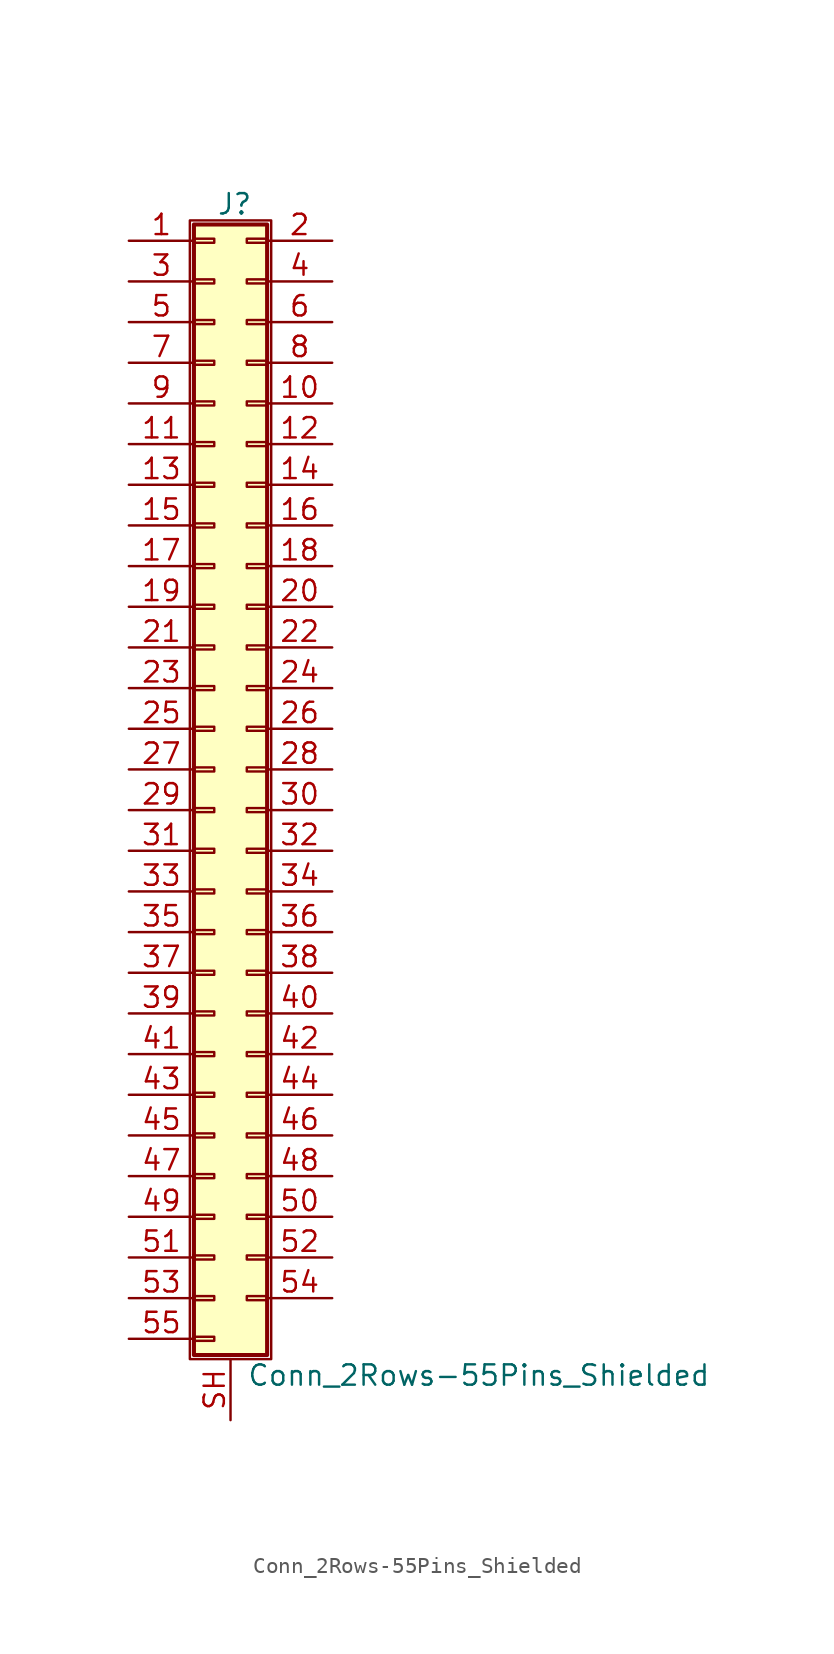
<source format=kicad_sym>
(kicad_symbol_lib
  (version 20211014)
  (generator kicad_symbol_editor)
  (symbol "Conn_2Rows-55Pins_Shielded"
    (pin_names
      (offset 1.016) hide)
    (property "Reference" "J"
      (at 1.524 35.306 0)
      (effects (font (size 1.27 1.27))))
    (property "Value" "Conn_2Rows-55Pins_Shielded"
      (at 2.286 -37.846 0)
      (effects (font (size 1.27 1.27)) (justify left)))
    (symbol "Conn_2Rows-55Pins_Shielded_1_1"
      (rectangle (start -1.27 34.29) (end 3.81 -36.83) (stroke (width 0.152) (type default) (color 0 0 0 0)) (fill (type none)))
      (rectangle (start -1.016 -35.433) (end 0.254 -35.687) (stroke (width 0.152) (type default) (color 0 0 0 0)) (fill (type none)))
      (rectangle (start -1.016 -32.893) (end 0.254 -33.147) (stroke (width 0.152) (type default) (color 0 0 0 0)) (fill (type none)))
      (rectangle (start -1.016 -30.353) (end 0.254 -30.607) (stroke (width 0.152) (type default) (color 0 0 0 0)) (fill (type none)))
      (rectangle (start -1.016 -27.813) (end 0.254 -28.067) (stroke (width 0.152) (type default) (color 0 0 0 0)) (fill (type none)))
      (rectangle (start -1.016 -25.273) (end 0.254 -25.527) (stroke (width 0.152) (type default) (color 0 0 0 0)) (fill (type none)))
      (rectangle (start -1.016 -22.733) (end 0.254 -22.987) (stroke (width 0.152) (type default) (color 0 0 0 0)) (fill (type none)))
      (rectangle (start -1.016 -20.193) (end 0.254 -20.447) (stroke (width 0.152) (type default) (color 0 0 0 0)) (fill (type none)))
      (rectangle (start -1.016 -17.653) (end 0.254 -17.907) (stroke (width 0.152) (type default) (color 0 0 0 0)) (fill (type none)))
      (rectangle (start -1.016 -15.113) (end 0.254 -15.367) (stroke (width 0.152) (type default) (color 0 0 0 0)) (fill (type none)))
      (rectangle (start -1.016 -12.573) (end 0.254 -12.827) (stroke (width 0.152) (type default) (color 0 0 0 0)) (fill (type none)))
      (rectangle (start -1.016 -10.033) (end 0.254 -10.287) (stroke (width 0.152) (type default) (color 0 0 0 0)) (fill (type none)))
      (rectangle (start -1.016 -7.493) (end 0.254 -7.747) (stroke (width 0.152) (type default) (color 0 0 0 0)) (fill (type none)))
      (rectangle (start -1.016 -4.953) (end 0.254 -5.207) (stroke (width 0.152) (type default) (color 0 0 0 0)) (fill (type none)))
      (rectangle (start -1.016 -2.413) (end 0.254 -2.667) (stroke (width 0.152) (type default) (color 0 0 0 0)) (fill (type none)))
      (rectangle (start -1.016 0.127) (end 0.254 -0.127) (stroke (width 0.152) (type default) (color 0 0 0 0)) (fill (type none)))
      (rectangle (start -1.016 2.667) (end 0.254 2.413) (stroke (width 0.152) (type default) (color 0 0 0 0)) (fill (type none)))
      (rectangle (start -1.016 5.207) (end 0.254 4.953) (stroke (width 0.152) (type default) (color 0 0 0 0)) (fill (type none)))
      (rectangle (start -1.016 7.747) (end 0.254 7.493) (stroke (width 0.152) (type default) (color 0 0 0 0)) (fill (type none)))
      (rectangle (start -1.016 10.287) (end 0.254 10.033) (stroke (width 0.152) (type default) (color 0 0 0 0)) (fill (type none)))
      (rectangle (start -1.016 12.827) (end 0.254 12.573) (stroke (width 0.152) (type default) (color 0 0 0 0)) (fill (type none)))
      (rectangle (start -1.016 15.367) (end 0.254 15.113) (stroke (width 0.152) (type default) (color 0 0 0 0)) (fill (type none)))
      (rectangle (start -1.016 17.907) (end 0.254 17.653) (stroke (width 0.152) (type default) (color 0 0 0 0)) (fill (type none)))
      (rectangle (start -1.016 20.447) (end 0.254 20.193) (stroke (width 0.152) (type default) (color 0 0 0 0)) (fill (type none)))
      (rectangle (start -1.016 22.987) (end 0.254 22.733) (stroke (width 0.152) (type default) (color 0 0 0 0)) (fill (type none)))
      (rectangle (start -1.016 25.527) (end 0.254 25.273) (stroke (width 0.152) (type default) (color 0 0 0 0)) (fill (type none)))
      (rectangle (start -1.016 28.067) (end 0.254 27.813) (stroke (width 0.152) (type default) (color 0 0 0 0)) (fill (type none)))
      (rectangle (start -1.016 30.607) (end 0.254 30.353) (stroke (width 0.152) (type default) (color 0 0 0 0)) (fill (type none)))
      (rectangle (start -1.016 33.147) (end 0.254 32.893) (stroke (width 0.152) (type default) (color 0 0 0 0)) (fill (type none)))
      (rectangle (start -1.016 34.036) (end 3.556 -36.576) (stroke (width 0.254) (type default) (color 0 0 0 0)) (fill (type background)))
      (rectangle (start 3.556 -32.893) (end 2.286 -33.147) (stroke (width 0.152) (type default) (color 0 0 0 0)) (fill (type none)))
      (rectangle (start 3.556 -30.353) (end 2.286 -30.607) (stroke (width 0.152) (type default) (color 0 0 0 0)) (fill (type none)))
      (rectangle (start 3.556 -27.813) (end 2.286 -28.067) (stroke (width 0.152) (type default) (color 0 0 0 0)) (fill (type none)))
      (rectangle (start 3.556 -25.273) (end 2.286 -25.527) (stroke (width 0.152) (type default) (color 0 0 0 0)) (fill (type none)))
      (rectangle (start 3.556 -22.733) (end 2.286 -22.987) (stroke (width 0.152) (type default) (color 0 0 0 0)) (fill (type none)))
      (rectangle (start 3.556 -20.193) (end 2.286 -20.447) (stroke (width 0.152) (type default) (color 0 0 0 0)) (fill (type none)))
      (rectangle (start 3.556 -17.653) (end 2.286 -17.907) (stroke (width 0.152) (type default) (color 0 0 0 0)) (fill (type none)))
      (rectangle (start 3.556 -15.113) (end 2.286 -15.367) (stroke (width 0.152) (type default) (color 0 0 0 0)) (fill (type none)))
      (rectangle (start 3.556 -12.573) (end 2.286 -12.827) (stroke (width 0.152) (type default) (color 0 0 0 0)) (fill (type none)))
      (rectangle (start 3.556 -10.033) (end 2.286 -10.287) (stroke (width 0.152) (type default) (color 0 0 0 0)) (fill (type none)))
      (rectangle (start 3.556 -7.493) (end 2.286 -7.747) (stroke (width 0.152) (type default) (color 0 0 0 0)) (fill (type none)))
      (rectangle (start 3.556 -4.953) (end 2.286 -5.207) (stroke (width 0.152) (type default) (color 0 0 0 0)) (fill (type none)))
      (rectangle (start 3.556 -2.413) (end 2.286 -2.667) (stroke (width 0.152) (type default) (color 0 0 0 0)) (fill (type none)))
      (rectangle (start 3.556 0.127) (end 2.286 -0.127) (stroke (width 0.152) (type default) (color 0 0 0 0)) (fill (type none)))
      (rectangle (start 3.556 2.667) (end 2.286 2.413) (stroke (width 0.152) (type default) (color 0 0 0 0)) (fill (type none)))
      (rectangle (start 3.556 5.207) (end 2.286 4.953) (stroke (width 0.152) (type default) (color 0 0 0 0)) (fill (type none)))
      (rectangle (start 3.556 7.747) (end 2.286 7.493) (stroke (width 0.152) (type default) (color 0 0 0 0)) (fill (type none)))
      (rectangle (start 3.556 10.287) (end 2.286 10.033) (stroke (width 0.152) (type default) (color 0 0 0 0)) (fill (type none)))
      (rectangle (start 3.556 12.827) (end 2.286 12.573) (stroke (width 0.152) (type default) (color 0 0 0 0)) (fill (type none)))
      (rectangle (start 3.556 15.367) (end 2.286 15.113) (stroke (width 0.152) (type default) (color 0 0 0 0)) (fill (type none)))
      (rectangle (start 3.556 17.907) (end 2.286 17.653) (stroke (width 0.152) (type default) (color 0 0 0 0)) (fill (type none)))
      (rectangle (start 3.556 20.447) (end 2.286 20.193) (stroke (width 0.152) (type default) (color 0 0 0 0)) (fill (type none)))
      (rectangle (start 3.556 22.987) (end 2.286 22.733) (stroke (width 0.152) (type default) (color 0 0 0 0)) (fill (type none)))
      (rectangle (start 3.556 25.527) (end 2.286 25.273) (stroke (width 0.152) (type default) (color 0 0 0 0)) (fill (type none)))
      (rectangle (start 3.556 28.067) (end 2.286 27.813) (stroke (width 0.152) (type default) (color 0 0 0 0)) (fill (type none)))
      (rectangle (start 3.556 30.607) (end 2.286 30.353) (stroke (width 0.152) (type default) (color 0 0 0 0)) (fill (type none)))
      (rectangle (start 3.556 33.147) (end 2.286 32.893) (stroke (width 0.152) (type default) (color 0 0 0 0)) (fill (type none)))
      (pin passive line (at -5.08 33.02 0) (length 4.064) (name "Pin_1" (effects (font (size 1.27 1.27)))) (number "1" (effects (font (size 1.27 1.27)))))
      (pin passive line (at 7.62 22.86 180) (length 4.064) (name "Pin_10" (effects (font (size 1.27 1.27)))) (number "10" (effects (font (size 1.27 1.27)))))
      (pin passive line (at -5.08 20.32 0) (length 4.064) (name "Pin_11" (effects (font (size 1.27 1.27)))) (number "11" (effects (font (size 1.27 1.27)))))
      (pin passive line (at 7.62 20.32 180) (length 4.064) (name "Pin_12" (effects (font (size 1.27 1.27)))) (number "12" (effects (font (size 1.27 1.27)))))
      (pin passive line (at -5.08 17.78 0) (length 4.064) (name "Pin_13" (effects (font (size 1.27 1.27)))) (number "13" (effects (font (size 1.27 1.27)))))
      (pin passive line (at 7.62 17.78 180) (length 4.064) (name "Pin_14" (effects (font (size 1.27 1.27)))) (number "14" (effects (font (size 1.27 1.27)))))
      (pin passive line (at -5.08 15.24 0) (length 4.064) (name "Pin_15" (effects (font (size 1.27 1.27)))) (number "15" (effects (font (size 1.27 1.27)))))
      (pin passive line (at 7.62 15.24 180) (length 4.064) (name "Pin_16" (effects (font (size 1.27 1.27)))) (number "16" (effects (font (size 1.27 1.27)))))
      (pin passive line (at -5.08 12.7 0) (length 4.064) (name "Pin_17" (effects (font (size 1.27 1.27)))) (number "17" (effects (font (size 1.27 1.27)))))
      (pin passive line (at 7.62 12.7 180) (length 4.064) (name "Pin_18" (effects (font (size 1.27 1.27)))) (number "18" (effects (font (size 1.27 1.27)))))
      (pin passive line (at -5.08 10.16 0) (length 4.064) (name "Pin_19" (effects (font (size 1.27 1.27)))) (number "19" (effects (font (size 1.27 1.27)))))
      (pin passive line (at 7.62 33.02 180) (length 4.064) (name "Pin_2" (effects (font (size 1.27 1.27)))) (number "2" (effects (font (size 1.27 1.27)))))
      (pin passive line (at 7.62 10.16 180) (length 4.064) (name "Pin_20" (effects (font (size 1.27 1.27)))) (number "20" (effects (font (size 1.27 1.27)))))
      (pin passive line (at -5.08 7.62 0) (length 4.064) (name "Pin_21" (effects (font (size 1.27 1.27)))) (number "21" (effects (font (size 1.27 1.27)))))
      (pin passive line (at 7.62 7.62 180) (length 4.064) (name "Pin_22" (effects (font (size 1.27 1.27)))) (number "22" (effects (font (size 1.27 1.27)))))
      (pin passive line (at -5.08 5.08 0) (length 4.064) (name "Pin_23" (effects (font (size 1.27 1.27)))) (number "23" (effects (font (size 1.27 1.27)))))
      (pin passive line (at 7.62 5.08 180) (length 4.064) (name "Pin_24" (effects (font (size 1.27 1.27)))) (number "24" (effects (font (size 1.27 1.27)))))
      (pin passive line (at -5.08 2.54 0) (length 4.064) (name "Pin_25" (effects (font (size 1.27 1.27)))) (number "25" (effects (font (size 1.27 1.27)))))
      (pin passive line (at 7.62 2.54 180) (length 4.064) (name "Pin_26" (effects (font (size 1.27 1.27)))) (number "26" (effects (font (size 1.27 1.27)))))
      (pin passive line (at -5.08 0 0) (length 4.064) (name "Pin_27" (effects (font (size 1.27 1.27)))) (number "27" (effects (font (size 1.27 1.27)))))
      (pin passive line (at 7.62 0 180) (length 4.064) (name "Pin_28" (effects (font (size 1.27 1.27)))) (number "28" (effects (font (size 1.27 1.27)))))
      (pin passive line (at -5.08 -2.54 0) (length 4.064) (name "Pin_29" (effects (font (size 1.27 1.27)))) (number "29" (effects (font (size 1.27 1.27)))))
      (pin passive line (at -5.08 30.48 0) (length 4.064) (name "Pin_3" (effects (font (size 1.27 1.27)))) (number "3" (effects (font (size 1.27 1.27)))))
      (pin passive line (at 7.62 -2.54 180) (length 4.064) (name "Pin_30" (effects (font (size 1.27 1.27)))) (number "30" (effects (font (size 1.27 1.27)))))
      (pin passive line (at -5.08 -5.08 0) (length 4.064) (name "Pin_31" (effects (font (size 1.27 1.27)))) (number "31" (effects (font (size 1.27 1.27)))))
      (pin passive line (at 7.62 -5.08 180) (length 4.064) (name "Pin_32" (effects (font (size 1.27 1.27)))) (number "32" (effects (font (size 1.27 1.27)))))
      (pin passive line (at -5.08 -7.62 0) (length 4.064) (name "Pin_33" (effects (font (size 1.27 1.27)))) (number "33" (effects (font (size 1.27 1.27)))))
      (pin passive line (at 7.62 -7.62 180) (length 4.064) (name "Pin_34" (effects (font (size 1.27 1.27)))) (number "34" (effects (font (size 1.27 1.27)))))
      (pin passive line (at -5.08 -10.16 0) (length 4.064) (name "Pin_35" (effects (font (size 1.27 1.27)))) (number "35" (effects (font (size 1.27 1.27)))))
      (pin passive line (at 7.62 -10.16 180) (length 4.064) (name "Pin_36" (effects (font (size 1.27 1.27)))) (number "36" (effects (font (size 1.27 1.27)))))
      (pin passive line (at -5.08 -12.7 0) (length 4.064) (name "Pin_37" (effects (font (size 1.27 1.27)))) (number "37" (effects (font (size 1.27 1.27)))))
      (pin passive line (at 7.62 -12.7 180) (length 4.064) (name "Pin_38" (effects (font (size 1.27 1.27)))) (number "38" (effects (font (size 1.27 1.27)))))
      (pin passive line (at -5.08 -15.24 0) (length 4.064) (name "Pin_39" (effects (font (size 1.27 1.27)))) (number "39" (effects (font (size 1.27 1.27)))))
      (pin passive line (at 7.62 30.48 180) (length 4.064) (name "Pin_4" (effects (font (size 1.27 1.27)))) (number "4" (effects (font (size 1.27 1.27)))))
      (pin passive line (at 7.62 -15.24 180) (length 4.064) (name "Pin_40" (effects (font (size 1.27 1.27)))) (number "40" (effects (font (size 1.27 1.27)))))
      (pin passive line (at -5.08 -17.78 0) (length 4.064) (name "Pin_41" (effects (font (size 1.27 1.27)))) (number "41" (effects (font (size 1.27 1.27)))))
      (pin passive line (at 7.62 -17.78 180) (length 4.064) (name "Pin_42" (effects (font (size 1.27 1.27)))) (number "42" (effects (font (size 1.27 1.27)))))
      (pin passive line (at -5.08 -20.32 0) (length 4.064) (name "Pin_43" (effects (font (size 1.27 1.27)))) (number "43" (effects (font (size 1.27 1.27)))))
      (pin passive line (at 7.62 -20.32 180) (length 4.064) (name "Pin_44" (effects (font (size 1.27 1.27)))) (number "44" (effects (font (size 1.27 1.27)))))
      (pin passive line (at -5.08 -22.86 0) (length 4.064) (name "Pin_45" (effects (font (size 1.27 1.27)))) (number "45" (effects (font (size 1.27 1.27)))))
      (pin passive line (at 7.62 -22.86 180) (length 4.064) (name "Pin_46" (effects (font (size 1.27 1.27)))) (number "46" (effects (font (size 1.27 1.27)))))
      (pin passive line (at -5.08 -25.4 0) (length 4.064) (name "Pin_47" (effects (font (size 1.27 1.27)))) (number "47" (effects (font (size 1.27 1.27)))))
      (pin passive line (at 7.62 -25.4 180) (length 4.064) (name "Pin_48" (effects (font (size 1.27 1.27)))) (number "48" (effects (font (size 1.27 1.27)))))
      (pin passive line (at -5.08 -27.94 0) (length 4.064) (name "Pin_49" (effects (font (size 1.27 1.27)))) (number "49" (effects (font (size 1.27 1.27)))))
      (pin passive line (at -5.08 27.94 0) (length 4.064) (name "Pin_5" (effects (font (size 1.27 1.27)))) (number "5" (effects (font (size 1.27 1.27)))))
      (pin passive line (at 7.62 -27.94 180) (length 4.064) (name "Pin_50" (effects (font (size 1.27 1.27)))) (number "50" (effects (font (size 1.27 1.27)))))
      (pin passive line (at -5.08 -30.48 0) (length 4.064) (name "Pin_51" (effects (font (size 1.27 1.27)))) (number "51" (effects (font (size 1.27 1.27)))))
      (pin passive line (at 7.62 -30.48 180) (length 4.064) (name "Pin_52" (effects (font (size 1.27 1.27)))) (number "52" (effects (font (size 1.27 1.27)))))
      (pin passive line (at -5.08 -33.02 0) (length 4.064) (name "Pin_53" (effects (font (size 1.27 1.27)))) (number "53" (effects (font (size 1.27 1.27)))))
      (pin passive line (at 7.62 -33.02 180) (length 4.064) (name "Pin_54" (effects (font (size 1.27 1.27)))) (number "54" (effects (font (size 1.27 1.27)))))
      (pin passive line (at -5.08 -35.56 0) (length 4.064) (name "Pin_55" (effects (font (size 1.27 1.27)))) (number "55" (effects (font (size 1.27 1.27)))))
      (pin passive line (at 7.62 27.94 180) (length 4.064) (name "Pin_6" (effects (font (size 1.27 1.27)))) (number "6" (effects (font (size 1.27 1.27)))))
      (pin passive line (at -5.08 25.4 0) (length 4.064) (name "Pin_7" (effects (font (size 1.27 1.27)))) (number "7" (effects (font (size 1.27 1.27)))))
      (pin passive line (at 7.62 25.4 180) (length 4.064) (name "Pin_8" (effects (font (size 1.27 1.27)))) (number "8" (effects (font (size 1.27 1.27)))))
      (pin passive line (at -5.08 22.86 0) (length 4.064) (name "Pin_9" (effects (font (size 1.27 1.27)))) (number "9" (effects (font (size 1.27 1.27)))))
      (pin passive line (at 1.27 -40.64 90) (length 3.81) (name "Shield" (effects (font (size 1.27 1.27)))) (number "SH" (effects (font (size 1.27 1.27))))))))
</source>
